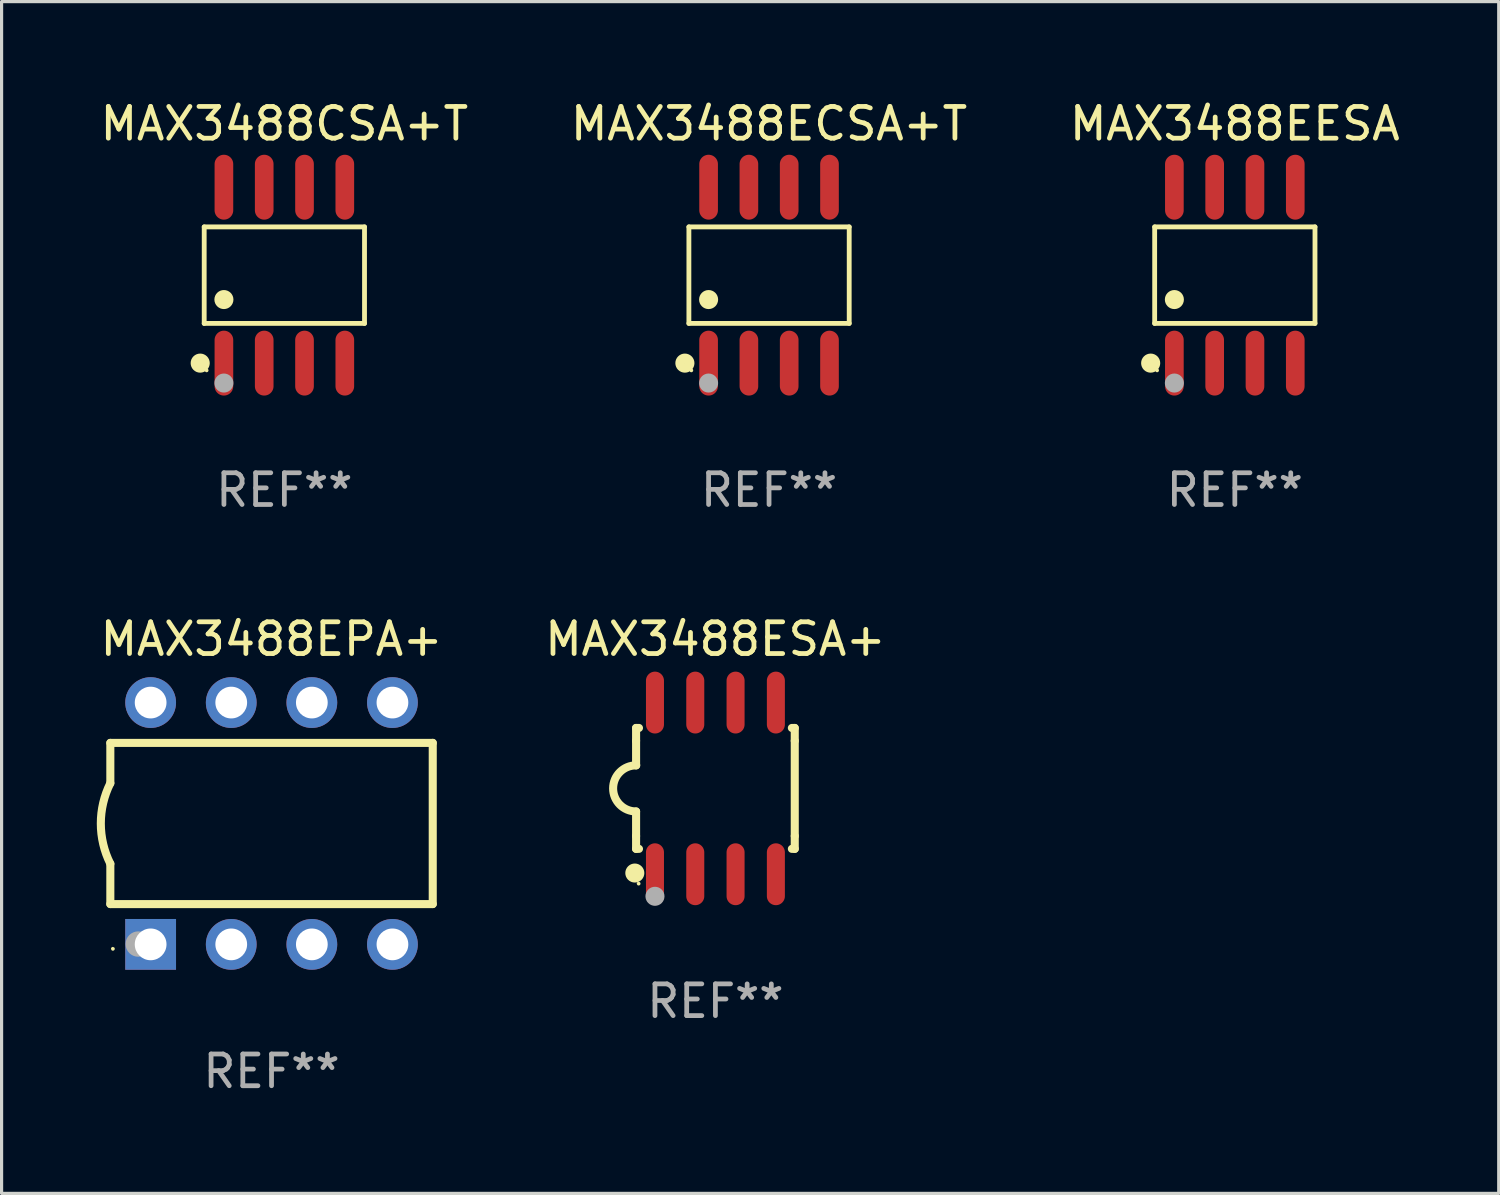
<source format=kicad_pcb>
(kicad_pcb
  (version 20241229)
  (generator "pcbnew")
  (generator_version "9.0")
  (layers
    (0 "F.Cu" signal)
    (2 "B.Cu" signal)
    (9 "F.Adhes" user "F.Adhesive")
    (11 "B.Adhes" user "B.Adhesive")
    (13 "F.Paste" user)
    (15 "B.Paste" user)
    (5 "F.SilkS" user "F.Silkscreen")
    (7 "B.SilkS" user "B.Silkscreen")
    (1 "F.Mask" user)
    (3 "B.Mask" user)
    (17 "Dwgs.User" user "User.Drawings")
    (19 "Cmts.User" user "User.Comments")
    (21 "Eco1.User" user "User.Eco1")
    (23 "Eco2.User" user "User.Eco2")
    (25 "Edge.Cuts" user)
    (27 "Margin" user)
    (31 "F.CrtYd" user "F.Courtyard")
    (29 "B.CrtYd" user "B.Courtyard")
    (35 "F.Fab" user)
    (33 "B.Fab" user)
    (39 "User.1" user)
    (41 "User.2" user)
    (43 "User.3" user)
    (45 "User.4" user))
  (footprint "MAX3488CSA+T"
    (layer "F.Cu")
    (at 5.911 5.621)
    (property "Reference" "MAX3488CSA+T" (at 0 -4.772 0) (layer "F.SilkS") (effects (font (size 1 1) (thickness 0.15))))
    (attr through_hole)
    (fp_line (start -2.526 -1.521) (end 2.526 -1.521) (stroke (width 0.152) (type solid)) (layer "F.SilkS"))
    (fp_line (start -2.526 1.521) (end -2.526 -1.521) (stroke (width 0.152) (type solid)) (layer "F.SilkS"))
    (fp_line (start 2.526 -1.521) (end 2.526 1.521) (stroke (width 0.152) (type solid)) (layer "F.SilkS"))
    (fp_line (start 2.526 1.521) (end -2.526 1.521) (stroke (width 0.152) (type solid)) (layer "F.SilkS"))
    (fp_circle (center -2.652 2.772) (end -2.501 2.772) (stroke (width 0.3) (type solid)) (fill no) (layer "F.SilkS"))
    (fp_circle (center -2.45 3) (end -2.42 3) (stroke (width 0.06) (type solid)) (fill no) (layer "F.SilkS"))
    (fp_circle (center -1.905 0.769) (end -1.755 0.769) (stroke (width 0.3) (type solid)) (fill no) (layer "F.SilkS"))
    (fp_circle (center -1.905 3.4) (end -1.755 3.4) (stroke (width 0.3) (type solid)) (fill no) (layer "F.Fab"))
    (fp_text user "REF**" (at 0 6.772 0) (layer "F.Fab") (effects (font (size 1 1) (thickness 0.15))))
    (pad "1" smd oval (at -1.905 2.772) (size 0.588 2.045) (layers "F.Cu" "F.Mask" "F.Paste"))
    (pad "2" smd oval (at -0.635 2.772) (size 0.588 2.045) (layers "F.Cu" "F.Mask" "F.Paste"))
    (pad "3" smd oval (at 0.635 2.772) (size 0.588 2.045) (layers "F.Cu" "F.Mask" "F.Paste"))
    (pad "4" smd oval (at 1.905 2.772) (size 0.588 2.045) (layers "F.Cu" "F.Mask" "F.Paste"))
    (pad "5" smd oval (at 1.905 -2.772) (size 0.588 2.045) (layers "F.Cu" "F.Mask" "F.Paste"))
    (pad "6" smd oval (at 0.635 -2.772) (size 0.588 2.045) (layers "F.Cu" "F.Mask" "F.Paste"))
    (pad "7" smd oval (at -0.635 -2.772) (size 0.588 2.045) (layers "F.Cu" "F.Mask" "F.Paste"))
    (pad "8" smd oval (at -1.905 -2.772) (size 0.588 2.045) (layers "F.Cu" "F.Mask" "F.Paste")))
  (footprint "MAX3488ESA+"
    (layer "F.Cu")
    (at 19.495 21.795)
    (property "Reference" "MAX3488ESA+" (at 0 -4.705 0) (layer "F.SilkS") (effects (font (size 1 1) (thickness 0.15))))
    (attr through_hole)
    (fp_line (start -2.5 -1.905) (end -2.409 -1.905) (stroke (width 0.254) (type solid)) (layer "F.SilkS"))
    (fp_line (start -2.5 -1.5) (end -2.5 -1.905) (stroke (width 0.254) (type solid)) (layer "F.SilkS"))
    (fp_line (start -2.5 -1.5) (end -2.5 -0.726) (stroke (width 0.254) (type solid)) (layer "F.SilkS"))
    (fp_line (start -2.5 1.5) (end -2.5 0.727) (stroke (width 0.254) (type solid)) (layer "F.SilkS"))
    (fp_line (start -2.5 1.5) (end -2.5 1.905) (stroke (width 0.254) (type solid)) (layer "F.SilkS"))
    (fp_line (start -2.5 1.905) (end -2.409 1.905) (stroke (width 0.254) (type solid)) (layer "F.SilkS"))
    (fp_line (start 2.5 -1.905) (end 2.409 -1.905) (stroke (width 0.254) (type solid)) (layer "F.SilkS"))
    (fp_line (start 2.5 -1.5) (end 2.5 -1.905) (stroke (width 0.254) (type solid)) (layer "F.SilkS"))
    (fp_line (start 2.5 -1.5) (end 2.5 1.5) (stroke (width 0.254) (type solid)) (layer "F.SilkS"))
    (fp_line (start 2.5 1.5) (end 2.5 1.905) (stroke (width 0.254) (type solid)) (layer "F.SilkS"))
    (fp_line (start 2.5 1.905) (end 2.409 1.905) (stroke (width 0.254) (type solid)) (layer "F.SilkS"))
    (fp_arc (start -2.5 0.726568) (mid -3.220316 -0.0023) (end -2.495097 -0.726289) (stroke (width 0.254001) (type solid)) (layer "F.SilkS"))
    (fp_circle (center -2.54 2.667) (end -2.39 2.667) (stroke (width 0.3) (type solid)) (fill no) (layer "F.SilkS"))
    (fp_circle (center -2.42 3) (end -2.39 3) (stroke (width 0.06) (type solid)) (fill no) (layer "F.SilkS"))
    (fp_circle (center -1.905 3.4) (end -1.755 3.4) (stroke (width 0.3) (type solid)) (fill no) (layer "F.Fab"))
    (fp_text user "REF**" (at 0 6.705 0) (layer "F.Fab") (effects (font (size 1 1) (thickness 0.15))))
    (pad "1" smd oval (at -1.905 2.705) (size 0.568 1.95) (layers "F.Cu" "F.Mask" "F.Paste"))
    (pad "2" smd oval (at -0.635 2.705) (size 0.568 1.95) (layers "F.Cu" "F.Mask" "F.Paste"))
    (pad "3" smd oval (at 0.635 2.705) (size 0.568 1.95) (layers "F.Cu" "F.Mask" "F.Paste"))
    (pad "4" smd oval (at 1.905 2.705) (size 0.568 1.95) (layers "F.Cu" "F.Mask" "F.Paste"))
    (pad "5" smd oval (at 1.905 -2.705) (size 0.568 1.95) (layers "F.Cu" "F.Mask" "F.Paste"))
    (pad "6" smd oval (at 0.635 -2.705) (size 0.568 1.95) (layers "F.Cu" "F.Mask" "F.Paste"))
    (pad "7" smd oval (at -0.635 -2.705) (size 0.568 1.95) (layers "F.Cu" "F.Mask" "F.Paste"))
    (pad "8" smd oval (at -1.905 -2.705) (size 0.568 1.95) (layers "F.Cu" "F.Mask" "F.Paste")))
  (footprint "MAX3488ECSA+T"
    (layer "F.Cu")
    (at 21.185 5.621)
    (property "Reference" "MAX3488ECSA+T" (at 0 -4.772 0) (layer "F.SilkS") (effects (font (size 1 1) (thickness 0.15))))
    (attr through_hole)
    (fp_line (start -2.526 -1.521) (end 2.526 -1.521) (stroke (width 0.152) (type solid)) (layer "F.SilkS"))
    (fp_line (start -2.526 1.521) (end -2.526 -1.521) (stroke (width 0.152) (type solid)) (layer "F.SilkS"))
    (fp_line (start 2.526 -1.521) (end 2.526 1.521) (stroke (width 0.152) (type solid)) (layer "F.SilkS"))
    (fp_line (start 2.526 1.521) (end -2.526 1.521) (stroke (width 0.152) (type solid)) (layer "F.SilkS"))
    (fp_circle (center -2.652 2.772) (end -2.501 2.772) (stroke (width 0.3) (type solid)) (fill no) (layer "F.SilkS"))
    (fp_circle (center -2.45 3) (end -2.42 3) (stroke (width 0.06) (type solid)) (fill no) (layer "F.SilkS"))
    (fp_circle (center -1.905 0.769) (end -1.755 0.769) (stroke (width 0.3) (type solid)) (fill no) (layer "F.SilkS"))
    (fp_circle (center -1.905 3.4) (end -1.755 3.4) (stroke (width 0.3) (type solid)) (fill no) (layer "F.Fab"))
    (fp_text user "REF**" (at 0 6.772 0) (layer "F.Fab") (effects (font (size 1 1) (thickness 0.15))))
    (pad "1" smd oval (at -1.905 2.772) (size 0.588 2.045) (layers "F.Cu" "F.Mask" "F.Paste"))
    (pad "2" smd oval (at -0.635 2.772) (size 0.588 2.045) (layers "F.Cu" "F.Mask" "F.Paste"))
    (pad "3" smd oval (at 0.635 2.772) (size 0.588 2.045) (layers "F.Cu" "F.Mask" "F.Paste"))
    (pad "4" smd oval (at 1.905 2.772) (size 0.588 2.045) (layers "F.Cu" "F.Mask" "F.Paste"))
    (pad "5" smd oval (at 1.905 -2.772) (size 0.588 2.045) (layers "F.Cu" "F.Mask" "F.Paste"))
    (pad "6" smd oval (at 0.635 -2.772) (size 0.588 2.045) (layers "F.Cu" "F.Mask" "F.Paste"))
    (pad "7" smd oval (at -0.635 -2.772) (size 0.588 2.045) (layers "F.Cu" "F.Mask" "F.Paste"))
    (pad "8" smd oval (at -1.905 -2.772) (size 0.588 2.045) (layers "F.Cu" "F.Mask" "F.Paste")))
  (footprint "MAX3488EESA"
    (layer "F.Cu")
    (at 35.863 5.621)
    (property "Reference" "MAX3488EESA" (at 0 -4.772 0) (layer "F.SilkS") (effects (font (size 1 1) (thickness 0.15))))
    (attr through_hole)
    (fp_line (start -2.526 -1.521) (end 2.526 -1.521) (stroke (width 0.152) (type solid)) (layer "F.SilkS"))
    (fp_line (start -2.526 1.521) (end -2.526 -1.521) (stroke (width 0.152) (type solid)) (layer "F.SilkS"))
    (fp_line (start 2.526 -1.521) (end 2.526 1.521) (stroke (width 0.152) (type solid)) (layer "F.SilkS"))
    (fp_line (start 2.526 1.521) (end -2.526 1.521) (stroke (width 0.152) (type solid)) (layer "F.SilkS"))
    (fp_circle (center -2.652 2.772) (end -2.501 2.772) (stroke (width 0.3) (type solid)) (fill no) (layer "F.SilkS"))
    (fp_circle (center -2.45 3) (end -2.42 3) (stroke (width 0.06) (type solid)) (fill no) (layer "F.SilkS"))
    (fp_circle (center -1.905 0.769) (end -1.755 0.769) (stroke (width 0.3) (type solid)) (fill no) (layer "F.SilkS"))
    (fp_circle (center -1.905 3.4) (end -1.755 3.4) (stroke (width 0.3) (type solid)) (fill no) (layer "F.Fab"))
    (fp_text user "REF**" (at 0 6.772 0) (layer "F.Fab") (effects (font (size 1 1) (thickness 0.15))))
    (pad "1" smd oval (at -1.905 2.772) (size 0.588 2.045) (layers "F.Cu" "F.Mask" "F.Paste"))
    (pad "2" smd oval (at -0.635 2.772) (size 0.588 2.045) (layers "F.Cu" "F.Mask" "F.Paste"))
    (pad "3" smd oval (at 0.635 2.772) (size 0.588 2.045) (layers "F.Cu" "F.Mask" "F.Paste"))
    (pad "4" smd oval (at 1.905 2.772) (size 0.588 2.045) (layers "F.Cu" "F.Mask" "F.Paste"))
    (pad "5" smd oval (at 1.905 -2.772) (size 0.588 2.045) (layers "F.Cu" "F.Mask" "F.Paste"))
    (pad "6" smd oval (at 0.635 -2.772) (size 0.588 2.045) (layers "F.Cu" "F.Mask" "F.Paste"))
    (pad "7" smd oval (at -0.635 -2.772) (size 0.588 2.045) (layers "F.Cu" "F.Mask" "F.Paste"))
    (pad "8" smd oval (at -1.905 -2.772) (size 0.588 2.045) (layers "F.Cu" "F.Mask" "F.Paste")))
  (footprint "MAX3488EPA+"
    (layer "F.Cu")
    (at 5.507 22.9)
    (property "Reference" "MAX3488EPA+" (at 0 -5.81 0) (layer "F.SilkS") (effects (font (size 1 1) (thickness 0.15))))
    (attr through_hole)
    (fp_line (start -5.08 -1.27) (end -5.08 -2.54) (stroke (width 0.254) (type solid)) (layer "F.SilkS"))
    (fp_line (start -5.08 2.54) (end -5.08 1.27) (stroke (width 0.254) (type solid)) (layer "F.SilkS"))
    (fp_line (start 5.08 -2.54) (end -5.08 -2.54) (stroke (width 0.254) (type solid)) (layer "F.SilkS"))
    (fp_line (start 5.08 2.54) (end -5.08 2.54) (stroke (width 0.254) (type solid)) (layer "F.SilkS"))
    (fp_line (start 5.08 2.54) (end 5.08 -2.54) (stroke (width 0.254) (type solid)) (layer "F.SilkS"))
    (fp_arc (start -5.080011 1.270002) (mid -5.379818 -0.000001) (end -5.08001 -1.270003) (stroke (width 0.254001) (type solid)) (layer "F.SilkS"))
    (fp_circle (center -5 3.95) (end -4.97 3.95) (stroke (width 0.06) (type solid)) (fill no) (layer "F.SilkS"))
    (fp_circle (center -4.2 3.8) (end -4 3.8) (stroke (width 0.4) (type solid)) (fill no) (layer "F.Fab"))
    (fp_text user "REF**" (at 0 7.81 0) (layer "F.Fab") (effects (font (size 1 1) (thickness 0.15))))
    (pad "1" thru_hole rect (at -3.81 3.81) (size 1.6 1.6) (drill 1) (layers "*.Cu" "*.Mask"))
    (pad "2" thru_hole circle (at -1.27 3.81) (size 1.6 1.6) (drill 1) (layers "*.Cu" "*.Mask"))
    (pad "3" thru_hole circle (at 1.27 3.81) (size 1.6 1.6) (drill 1) (layers "*.Cu" "*.Mask"))
    (pad "4" thru_hole circle (at 3.81 3.81) (size 1.6 1.6) (drill 1) (layers "*.Cu" "*.Mask"))
    (pad "5" thru_hole circle (at 3.81 -3.81) (size 1.6 1.6) (drill 1) (layers "*.Cu" "*.Mask"))
    (pad "6" thru_hole circle (at 1.27 -3.81) (size 1.6 1.6) (drill 1) (layers "*.Cu" "*.Mask"))
    (pad "7" thru_hole circle (at -1.27 -3.81) (size 1.6 1.6) (drill 1) (layers "*.Cu" "*.Mask"))
    (pad "8" thru_hole circle (at -3.81 -3.81) (size 1.6 1.6) (drill 1) (layers "*.Cu" "*.Mask")))
  (gr_rect
    (start -3 -3)
    (end 44.179 34.558)
    (stroke (width 0.1) (type default))
    (fill no)
    (layer "Edge.Cuts")))
</source>
